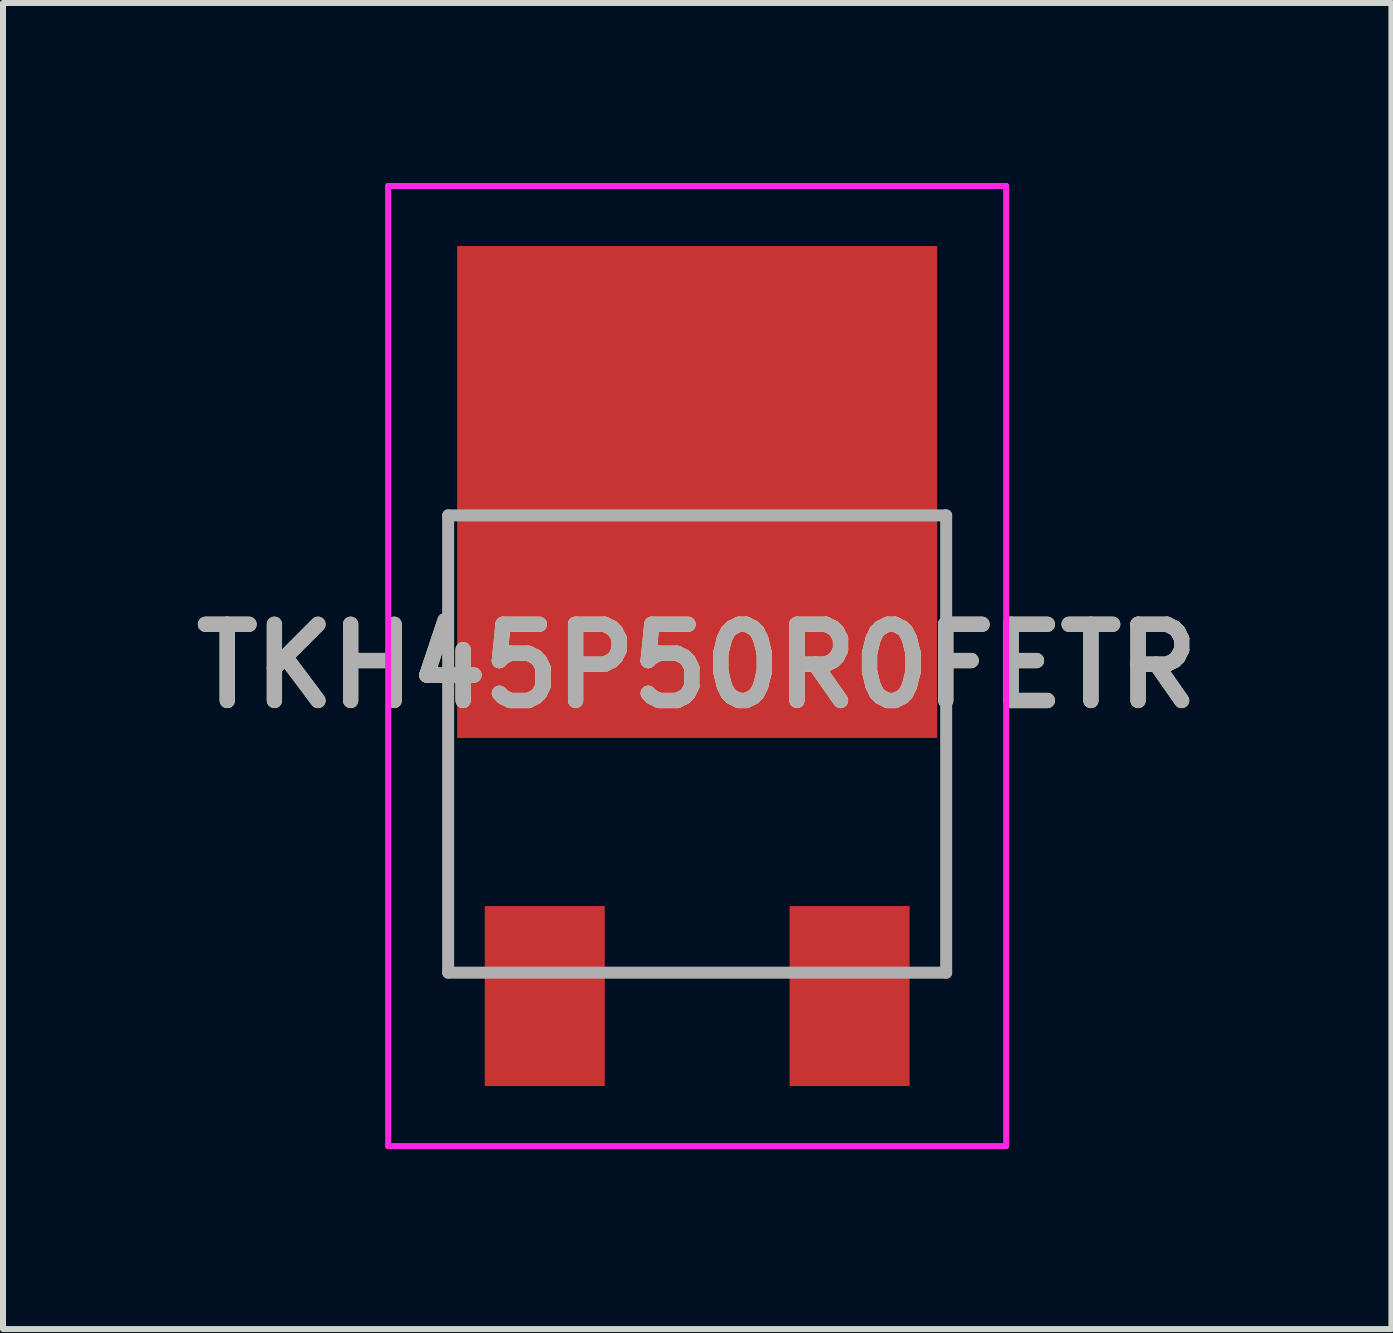
<source format=kicad_pcb>
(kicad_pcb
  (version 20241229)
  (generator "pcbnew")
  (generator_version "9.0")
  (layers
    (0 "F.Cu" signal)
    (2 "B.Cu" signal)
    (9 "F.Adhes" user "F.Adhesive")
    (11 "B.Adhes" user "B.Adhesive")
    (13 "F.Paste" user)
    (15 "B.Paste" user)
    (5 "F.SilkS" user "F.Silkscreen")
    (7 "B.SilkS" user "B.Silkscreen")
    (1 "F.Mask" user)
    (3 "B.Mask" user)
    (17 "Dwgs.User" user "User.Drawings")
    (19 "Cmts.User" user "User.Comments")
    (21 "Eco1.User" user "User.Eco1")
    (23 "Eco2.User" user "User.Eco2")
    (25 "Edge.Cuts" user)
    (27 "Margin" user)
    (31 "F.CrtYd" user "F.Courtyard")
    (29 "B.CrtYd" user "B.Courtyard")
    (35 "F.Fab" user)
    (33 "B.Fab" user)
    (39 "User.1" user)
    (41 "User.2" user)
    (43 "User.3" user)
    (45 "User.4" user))
  (footprint "TKH45P50R0FETR"
    (layer "F.Cu")
    (at 8.569 9.35)
    (property "Reference" "TKH45P50R0FETR" (at 0 -1.3 0) (layer "F.SilkS") (effects (font (size 1.27 1.27) (thickness 0.254))))
    (attr smd)
    (fp_line (start -4.15 0.6) (end -4.15 3.81) (stroke (width 0.1) (type solid)) (layer "F.SilkS"))
    (fp_line (start -1.2 3.8) (end 1 3.8) (stroke (width 0.1) (type solid)) (layer "F.SilkS"))
    (fp_line (start 4.15 0.6) (end 4.15 3.8) (stroke (width 0.1) (type solid)) (layer "F.SilkS"))
    (fp_line (start -5.15 -9.3) (end 5.15 -9.3) (stroke (width 0.1) (type solid)) (layer "F.CrtYd"))
    (fp_line (start -5.15 6.7) (end -5.15 -9.3) (stroke (width 0.1) (type solid)) (layer "F.CrtYd"))
    (fp_line (start 5.15 -9.3) (end 5.15 6.7) (stroke (width 0.1) (type solid)) (layer "F.CrtYd"))
    (fp_line (start 5.15 6.7) (end -5.15 6.7) (stroke (width 0.1) (type solid)) (layer "F.CrtYd"))
    (fp_line (start -4.15 -3.81) (end 4.15 -3.81) (stroke (width 0.2) (type solid)) (layer "F.Fab"))
    (fp_line (start -4.15 3.81) (end -4.15 -3.81) (stroke (width 0.2) (type solid)) (layer "F.Fab"))
    (fp_line (start 4.15 -3.81) (end 4.15 3.81) (stroke (width 0.2) (type solid)) (layer "F.Fab"))
    (fp_line (start 4.15 3.81) (end -4.15 3.81) (stroke (width 0.2) (type solid)) (layer "F.Fab"))
    (fp_text user "${REFERENCE}" (at 0 -1.3 0) (layer "F.Fab") (effects (font (size 1.27 1.27) (thickness 0.254))))
    (pad "1" smd rect (at -2.54 4.2) (size 2 3) (layers "F.Cu" "F.Mask" "F.Paste"))
    (pad "2" smd rect (at 2.54 4.2) (size 2 3) (layers "F.Cu" "F.Mask" "F.Paste"))
    (pad "3" smd rect (at 0 -4.2) (size 8 8.2) (layers "F.Cu" "F.Mask" "F.Paste")))
  (gr_rect
    (start -3 -3)
    (end 20.139 19.1)
    (stroke (width 0.1) (type default))
    (fill no)
    (layer "Edge.Cuts")))
</source>
